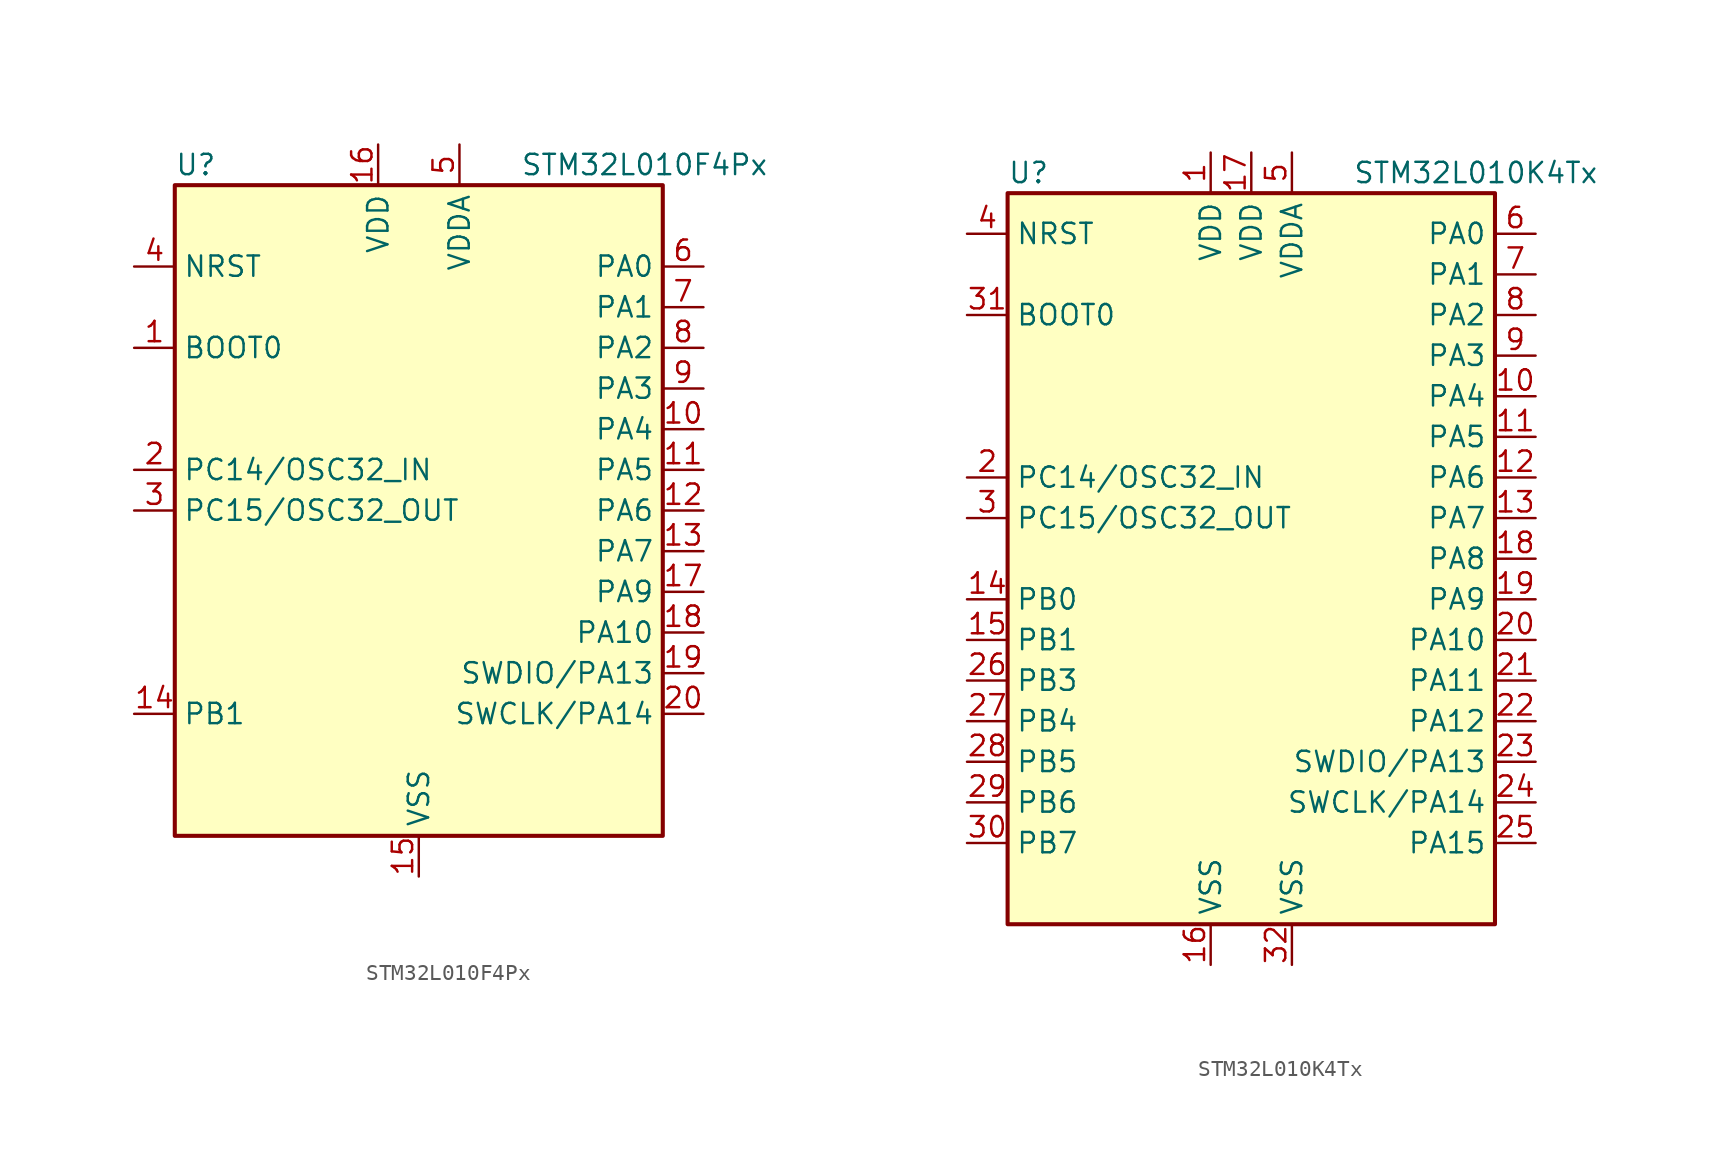
<source format=kicad_sym>
(kicad_symbol_lib
  (version 20211014)
  (generator kicad_symbol_editor)
  (symbol "STM32L010F4Px"
    (property "Reference" "U"
      (at -15.24 21.59 0)
      (effects (font (size 1.27 1.27)) (justify left)))
    (property "Value" "STM32L010F4Px"
      (at 6.35 21.59 0)
      (effects (font (size 1.27 1.27)) (justify left)))
    (symbol "STM32L010F4Px_0_1"
      (rectangle (start -15.24 -20.32) (end 15.24 20.32) (stroke (width 0.254) (type default) (color 0 0 0 0)) (fill (type background))))
    (symbol "STM32L010F4Px_1_1"
      (pin input line (at -17.78 10.16 0) (length 2.54) (name "BOOT0" (effects (font (size 1.27 1.27)))) (number "1" (effects (font (size 1.27 1.27)))))
      (pin bidirectional line (at 17.78 5.08 180) (length 2.54) (name "PA4" (effects (font (size 1.27 1.27)))) (number "10" (effects (font (size 1.27 1.27)))))
      (pin bidirectional line (at 17.78 2.54 180) (length 2.54) (name "PA5" (effects (font (size 1.27 1.27)))) (number "11" (effects (font (size 1.27 1.27)))))
      (pin bidirectional line (at 17.78 0 180) (length 2.54) (name "PA6" (effects (font (size 1.27 1.27)))) (number "12" (effects (font (size 1.27 1.27)))))
      (pin bidirectional line (at 17.78 -2.54 180) (length 2.54) (name "PA7" (effects (font (size 1.27 1.27)))) (number "13" (effects (font (size 1.27 1.27)))))
      (pin bidirectional line (at -17.78 -12.7 0) (length 2.54) (name "PB1" (effects (font (size 1.27 1.27)))) (number "14" (effects (font (size 1.27 1.27)))))
      (pin power_in line (at 0 -22.86 90) (length 2.54) (name "VSS" (effects (font (size 1.27 1.27)))) (number "15" (effects (font (size 1.27 1.27)))))
      (pin power_in line (at -2.54 22.86 270) (length 2.54) (name "VDD" (effects (font (size 1.27 1.27)))) (number "16" (effects (font (size 1.27 1.27)))))
      (pin bidirectional line (at 17.78 -5.08 180) (length 2.54) (name "PA9" (effects (font (size 1.27 1.27)))) (number "17" (effects (font (size 1.27 1.27)))))
      (pin bidirectional line (at 17.78 -7.62 180) (length 2.54) (name "PA10" (effects (font (size 1.27 1.27)))) (number "18" (effects (font (size 1.27 1.27)))))
      (pin bidirectional line (at 17.78 -10.16 180) (length 2.54) (name "SWDIO/PA13" (effects (font (size 1.27 1.27)))) (number "19" (effects (font (size 1.27 1.27)))))
      (pin bidirectional line (at -17.78 2.54 0) (length 2.54) (name "PC14/OSC32_IN" (effects (font (size 1.27 1.27)))) (number "2" (effects (font (size 1.27 1.27)))))
      (pin bidirectional line (at 17.78 -12.7 180) (length 2.54) (name "SWCLK/PA14" (effects (font (size 1.27 1.27)))) (number "20" (effects (font (size 1.27 1.27)))))
      (pin bidirectional line (at -17.78 0 0) (length 2.54) (name "PC15/OSC32_OUT" (effects (font (size 1.27 1.27)))) (number "3" (effects (font (size 1.27 1.27)))))
      (pin input line (at -17.78 15.24 0) (length 2.54) (name "NRST" (effects (font (size 1.27 1.27)))) (number "4" (effects (font (size 1.27 1.27)))))
      (pin power_in line (at 2.54 22.86 270) (length 2.54) (name "VDDA" (effects (font (size 1.27 1.27)))) (number "5" (effects (font (size 1.27 1.27)))))
      (pin bidirectional line (at 17.78 15.24 180) (length 2.54) (name "PA0" (effects (font (size 1.27 1.27)))) (number "6" (effects (font (size 1.27 1.27)))))
      (pin bidirectional line (at 17.78 12.7 180) (length 2.54) (name "PA1" (effects (font (size 1.27 1.27)))) (number "7" (effects (font (size 1.27 1.27)))))
      (pin bidirectional line (at 17.78 10.16 180) (length 2.54) (name "PA2" (effects (font (size 1.27 1.27)))) (number "8" (effects (font (size 1.27 1.27)))))
      (pin bidirectional line (at 17.78 7.62 180) (length 2.54) (name "PA3" (effects (font (size 1.27 1.27)))) (number "9" (effects (font (size 1.27 1.27)))))))
  (symbol "STM32L010K4Tx"
    (property "Reference" "U"
      (at -15.24 24.13 0)
      (effects (font (size 1.27 1.27)) (justify left)))
    (property "Value" "STM32L010K4Tx"
      (at 6.35 24.13 0)
      (effects (font (size 1.27 1.27)) (justify left)))
    (symbol "STM32L010K4Tx_0_1"
      (rectangle (start -15.24 -22.86) (end 15.24 22.86) (stroke (width 0.254) (type default) (color 0 0 0 0)) (fill (type background))))
    (symbol "STM32L010K4Tx_1_1"
      (pin power_in line (at -2.54 25.4 270) (length 2.54) (name "VDD" (effects (font (size 1.27 1.27)))) (number "1" (effects (font (size 1.27 1.27)))))
      (pin bidirectional line (at 17.78 10.16 180) (length 2.54) (name "PA4" (effects (font (size 1.27 1.27)))) (number "10" (effects (font (size 1.27 1.27)))))
      (pin bidirectional line (at 17.78 7.62 180) (length 2.54) (name "PA5" (effects (font (size 1.27 1.27)))) (number "11" (effects (font (size 1.27 1.27)))))
      (pin bidirectional line (at 17.78 5.08 180) (length 2.54) (name "PA6" (effects (font (size 1.27 1.27)))) (number "12" (effects (font (size 1.27 1.27)))))
      (pin bidirectional line (at 17.78 2.54 180) (length 2.54) (name "PA7" (effects (font (size 1.27 1.27)))) (number "13" (effects (font (size 1.27 1.27)))))
      (pin bidirectional line (at -17.78 -2.54 0) (length 2.54) (name "PB0" (effects (font (size 1.27 1.27)))) (number "14" (effects (font (size 1.27 1.27)))))
      (pin bidirectional line (at -17.78 -5.08 0) (length 2.54) (name "PB1" (effects (font (size 1.27 1.27)))) (number "15" (effects (font (size 1.27 1.27)))))
      (pin power_in line (at -2.54 -25.4 90) (length 2.54) (name "VSS" (effects (font (size 1.27 1.27)))) (number "16" (effects (font (size 1.27 1.27)))))
      (pin power_in line (at 0 25.4 270) (length 2.54) (name "VDD" (effects (font (size 1.27 1.27)))) (number "17" (effects (font (size 1.27 1.27)))))
      (pin bidirectional line (at 17.78 0 180) (length 2.54) (name "PA8" (effects (font (size 1.27 1.27)))) (number "18" (effects (font (size 1.27 1.27)))))
      (pin bidirectional line (at 17.78 -2.54 180) (length 2.54) (name "PA9" (effects (font (size 1.27 1.27)))) (number "19" (effects (font (size 1.27 1.27)))))
      (pin bidirectional line (at -17.78 5.08 0) (length 2.54) (name "PC14/OSC32_IN" (effects (font (size 1.27 1.27)))) (number "2" (effects (font (size 1.27 1.27)))))
      (pin bidirectional line (at 17.78 -5.08 180) (length 2.54) (name "PA10" (effects (font (size 1.27 1.27)))) (number "20" (effects (font (size 1.27 1.27)))))
      (pin bidirectional line (at 17.78 -7.62 180) (length 2.54) (name "PA11" (effects (font (size 1.27 1.27)))) (number "21" (effects (font (size 1.27 1.27)))))
      (pin bidirectional line (at 17.78 -10.16 180) (length 2.54) (name "PA12" (effects (font (size 1.27 1.27)))) (number "22" (effects (font (size 1.27 1.27)))))
      (pin bidirectional line (at 17.78 -12.7 180) (length 2.54) (name "SWDIO/PA13" (effects (font (size 1.27 1.27)))) (number "23" (effects (font (size 1.27 1.27)))))
      (pin bidirectional line (at 17.78 -15.24 180) (length 2.54) (name "SWCLK/PA14" (effects (font (size 1.27 1.27)))) (number "24" (effects (font (size 1.27 1.27)))))
      (pin bidirectional line (at 17.78 -17.78 180) (length 2.54) (name "PA15" (effects (font (size 1.27 1.27)))) (number "25" (effects (font (size 1.27 1.27)))))
      (pin bidirectional line (at -17.78 -7.62 0) (length 2.54) (name "PB3" (effects (font (size 1.27 1.27)))) (number "26" (effects (font (size 1.27 1.27)))))
      (pin bidirectional line (at -17.78 -10.16 0) (length 2.54) (name "PB4" (effects (font (size 1.27 1.27)))) (number "27" (effects (font (size 1.27 1.27)))))
      (pin bidirectional line (at -17.78 -12.7 0) (length 2.54) (name "PB5" (effects (font (size 1.27 1.27)))) (number "28" (effects (font (size 1.27 1.27)))))
      (pin bidirectional line (at -17.78 -15.24 0) (length 2.54) (name "PB6" (effects (font (size 1.27 1.27)))) (number "29" (effects (font (size 1.27 1.27)))))
      (pin bidirectional line (at -17.78 2.54 0) (length 2.54) (name "PC15/OSC32_OUT" (effects (font (size 1.27 1.27)))) (number "3" (effects (font (size 1.27 1.27)))))
      (pin bidirectional line (at -17.78 -17.78 0) (length 2.54) (name "PB7" (effects (font (size 1.27 1.27)))) (number "30" (effects (font (size 1.27 1.27)))))
      (pin input line (at -17.78 15.24 0) (length 2.54) (name "BOOT0" (effects (font (size 1.27 1.27)))) (number "31" (effects (font (size 1.27 1.27)))))
      (pin power_in line (at 2.54 -25.4 90) (length 2.54) (name "VSS" (effects (font (size 1.27 1.27)))) (number "32" (effects (font (size 1.27 1.27)))))
      (pin input line (at -17.78 20.32 0) (length 2.54) (name "NRST" (effects (font (size 1.27 1.27)))) (number "4" (effects (font (size 1.27 1.27)))))
      (pin power_in line (at 2.54 25.4 270) (length 2.54) (name "VDDA" (effects (font (size 1.27 1.27)))) (number "5" (effects (font (size 1.27 1.27)))))
      (pin bidirectional line (at 17.78 20.32 180) (length 2.54) (name "PA0" (effects (font (size 1.27 1.27)))) (number "6" (effects (font (size 1.27 1.27)))))
      (pin bidirectional line (at 17.78 17.78 180) (length 2.54) (name "PA1" (effects (font (size 1.27 1.27)))) (number "7" (effects (font (size 1.27 1.27)))))
      (pin bidirectional line (at 17.78 15.24 180) (length 2.54) (name "PA2" (effects (font (size 1.27 1.27)))) (number "8" (effects (font (size 1.27 1.27)))))
      (pin bidirectional line (at 17.78 12.7 180) (length 2.54) (name "PA3" (effects (font (size 1.27 1.27)))) (number "9" (effects (font (size 1.27 1.27))))))))
</source>
